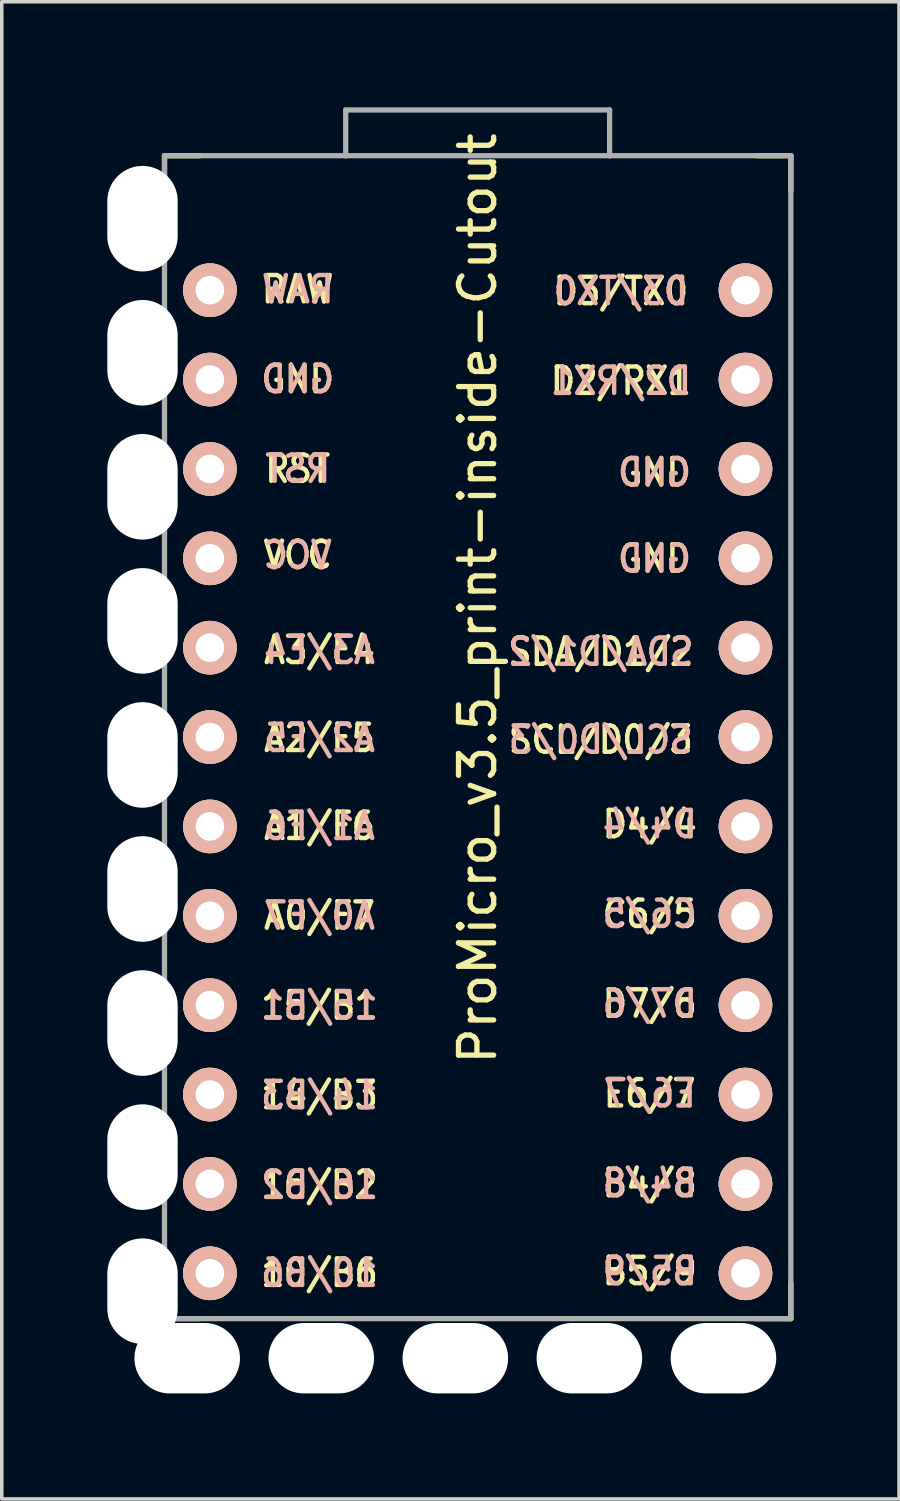
<source format=kicad_pcb>
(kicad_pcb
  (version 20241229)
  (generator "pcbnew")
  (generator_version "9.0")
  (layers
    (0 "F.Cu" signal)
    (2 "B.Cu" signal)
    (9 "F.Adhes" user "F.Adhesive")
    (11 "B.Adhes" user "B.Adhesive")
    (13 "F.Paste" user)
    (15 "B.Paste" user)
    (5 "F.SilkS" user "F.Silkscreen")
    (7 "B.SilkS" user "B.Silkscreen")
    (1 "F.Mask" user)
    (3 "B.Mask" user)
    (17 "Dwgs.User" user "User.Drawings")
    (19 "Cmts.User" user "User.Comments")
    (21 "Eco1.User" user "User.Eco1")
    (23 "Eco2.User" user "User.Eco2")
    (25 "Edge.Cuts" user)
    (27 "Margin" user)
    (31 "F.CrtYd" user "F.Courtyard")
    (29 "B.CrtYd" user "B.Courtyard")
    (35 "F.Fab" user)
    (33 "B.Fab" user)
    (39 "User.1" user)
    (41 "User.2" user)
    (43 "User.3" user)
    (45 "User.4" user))
  (footprint "ProMicro_v3.5_print-inside-Cutout"
    (layer "F.Cu")
    (at 10.525 19.675)
    (property "Reference" "ProMicro_v3.5_print-inside-Cutout" (at 0 -5.715 270) (layer "F.SilkS") (effects (font (size 1 1) (thickness 0.15))))
    (attr through_hole)
    (fp_line (start -8.9 -18.3) (end -8.9 -17.3) (stroke (width 0.15) (type solid)) (layer "F.SilkS"))
    (fp_line (start -8.9 -18.3) (end -7.9 -18.3) (stroke (width 0.15) (type solid)) (layer "F.SilkS"))
    (fp_line (start -8.9 13.7) (end -8.9 14.75) (stroke (width 0.15) (type solid)) (layer "F.SilkS"))
    (fp_line (start -8.9 14.75) (end -7.9 14.75) (stroke (width 0.15) (type solid)) (layer "F.SilkS"))
    (fp_line (start 8.9 -18.3) (end 7.95 -18.3) (stroke (width 0.15) (type solid)) (layer "F.SilkS"))
    (fp_line (start 8.9 -18.3) (end 8.9 -17.3) (stroke (width 0.15) (type solid)) (layer "F.SilkS"))
    (fp_line (start 8.9 13.75) (end 8.9 14.75) (stroke (width 0.15) (type solid)) (layer "F.SilkS"))
    (fp_line (start 8.9 14.75) (end 7.89 14.75) (stroke (width 0.15) (type solid)) (layer "F.SilkS"))
    (fp_line (start -8.9 -18.3) (end -3.75 -18.3) (stroke (width 0.15) (type solid)) (layer "F.Fab"))
    (fp_line (start -8.9 14.75) (end -8.9 -18.3) (stroke (width 0.15) (type solid)) (layer "F.Fab"))
    (fp_line (start -3.75 -19.6) (end -3.75 -18.299) (stroke (width 0.15) (type solid)) (layer "F.Fab"))
    (fp_line (start -3.75 -19.6) (end 3.75 -19.6) (stroke (width 0.15) (type solid)) (layer "F.Fab"))
    (fp_line (start -3.75 -18.3) (end 3.75 -18.3) (stroke (width 0.15) (type solid)) (layer "F.Fab"))
    (fp_line (start 3.75 -19.6) (end 3.75 -18.3) (stroke (width 0.15) (type solid)) (layer "F.Fab"))
    (fp_line (start 3.76 -18.3) (end 8.9 -18.3) (stroke (width 0.15) (type solid)) (layer "F.Fab"))
    (fp_line (start 8.9 -18.3) (end 8.9 14.75) (stroke (width 0.15) (type solid)) (layer "F.Fab"))
    (fp_line (start 8.9 14.75) (end -8.9 14.75) (stroke (width 0.15) (type solid)) (layer "F.Fab"))
    (fp_text user "SCL/D0/3" (at 3.5 -1.7 0) (unlocked yes) (layer "F.SilkS") (effects (font (size 0.75 0.67) (thickness 0.125))))
    (fp_text user "A1/F6" (at -4.495 0.75 0) (unlocked yes) (layer "F.SilkS") (effects (font (size 0.75 0.67) (thickness 0.125))))
    (fp_text user "GND" (at 5.025 -6.85 0) (unlocked yes) (layer "F.SilkS") (effects (font (size 0.75 0.67) (thickness 0.125))))
    (fp_text user "A2/F5" (at -4.495 -1.75 0) (unlocked yes) (layer "F.SilkS") (effects (font (size 0.75 0.67) (thickness 0.125))))
    (fp_text user "RAW" (at -5.115 -14.5 0) (unlocked yes) (layer "F.SilkS") (effects (font (size 0.75 0.67) (thickness 0.125))))
    (fp_text user "C6/5" (at 4.89 3.25 0) (unlocked yes) (layer "F.SilkS") (effects (font (size 0.75 0.67) (thickness 0.125))))
    (fp_text user "B5/9" (at 4.89 13.4 0) (unlocked yes) (layer "F.SilkS") (effects (font (size 0.75 0.67) (thickness 0.125))))
    (fp_text user "GND" (at 5.025 -9.3 0) (unlocked yes) (layer "F.SilkS") (effects (font (size 0.75 0.67) (thickness 0.125))))
    (fp_text user "A3/F4" (at -4.495 -4.25 0) (unlocked yes) (layer "F.SilkS") (effects (font (size 0.75 0.67) (thickness 0.125))))
    (fp_text user "D2/RX1" (at 4.07 -11.9 0) (unlocked yes) (layer "F.SilkS") (effects (font (size 0.75 0.67) (thickness 0.125))))
    (fp_text user "15/B1" (at -4.495 5.85 0) (unlocked yes) (layer "F.SilkS") (effects (font (size 0.75 0.67) (thickness 0.125))))
    (fp_text user "E6/7" (at 4.89 8.35 0) (unlocked yes) (layer "F.SilkS") (effects (font (size 0.75 0.67) (thickness 0.125))))
    (fp_text user "10/B6" (at -4.495 13.45 0) (unlocked yes) (layer "F.SilkS") (effects (font (size 0.75 0.67) (thickness 0.125))))
    (fp_text user "SDA/D1/2" (at 3.5 -4.2 0) (unlocked yes) (layer "F.SilkS") (effects (font (size 0.75 0.67) (thickness 0.125))))
    (fp_text user "VCC" (at -5.115 -6.95 0) (unlocked yes) (layer "F.SilkS") (effects (font (size 0.75 0.67) (thickness 0.125))))
    (fp_text user "GND" (at -5.115 -11.95 0) (unlocked yes) (layer "F.SilkS") (effects (font (size 0.75 0.67) (thickness 0.125))))
    (fp_text user "A0/F7" (at -4.495 3.3 0) (unlocked yes) (layer "F.SilkS") (effects (font (size 0.75 0.67) (thickness 0.125))))
    (fp_text user "RST" (at -5.115 -9.4 0) (unlocked yes) (layer "F.SilkS") (effects (font (size 0.75 0.67) (thickness 0.125))))
    (fp_text user "D3/TX0" (at 4.07 -14.45 0) (unlocked yes) (layer "F.SilkS") (effects (font (size 0.75 0.67) (thickness 0.125))))
    (fp_text user "D4/4" (at 4.89 0.7 0) (unlocked yes) (layer "F.SilkS") (effects (font (size 0.75 0.67) (thickness 0.125))))
    (fp_text user "14/B3" (at -4.495 8.4 0) (unlocked yes) (layer "F.SilkS") (effects (font (size 0.75 0.67) (thickness 0.125))))
    (fp_text user "B4/8" (at 4.89 10.9 0) (unlocked yes) (layer "F.SilkS") (effects (font (size 0.75 0.67) (thickness 0.125))))
    (fp_text user "16/B2" (at -4.495 10.95 0) (unlocked yes) (layer "F.SilkS") (effects (font (size 0.75 0.67) (thickness 0.125))))
    (fp_text user "D7/6" (at 4.89 5.8 0) (unlocked yes) (layer "F.SilkS") (effects (font (size 0.75 0.67) (thickness 0.125))))
    (fp_text user "B5/9" (at 4.89 13.4 0) (unlocked yes) (layer "B.SilkS") (effects (font (size 0.75 0.67) (thickness 0.125)) (justify mirror)))
    (fp_text user "A0/F7" (at -4.495 3.3 0) (unlocked yes) (layer "B.SilkS") (effects (font (size 0.75 0.67) (thickness 0.125)) (justify mirror)))
    (fp_text user "D2/RX1" (at 4.07 -11.9 0) (unlocked yes) (layer "B.SilkS") (effects (font (size 0.75 0.67) (thickness 0.125)) (justify mirror)))
    (fp_text user "16/B2" (at -4.495 10.95 0) (unlocked yes) (layer "B.SilkS") (effects (font (size 0.75 0.67) (thickness 0.125)) (justify mirror)))
    (fp_text user "B4/8" (at 4.89 10.9 0) (unlocked yes) (layer "B.SilkS") (effects (font (size 0.75 0.67) (thickness 0.125)) (justify mirror)))
    (fp_text user "D4/4" (at 4.89 0.7 0) (unlocked yes) (layer "B.SilkS") (effects (font (size 0.75 0.67) (thickness 0.125)) (justify mirror)))
    (fp_text user "RST" (at -5.115 -9.4 0) (unlocked yes) (layer "B.SilkS") (effects (font (size 0.75 0.67) (thickness 0.125)) (justify mirror)))
    (fp_text user "A2/F5" (at -4.495 -1.75 0) (unlocked yes) (layer "B.SilkS") (effects (font (size 0.75 0.67) (thickness 0.125)) (justify mirror)))
    (fp_text user "SDA/D1/2" (at 3.5 -4.2 0) (unlocked yes) (layer "B.SilkS") (effects (font (size 0.75 0.67) (thickness 0.125)) (justify mirror)))
    (fp_text user "10/B6" (at -4.495 13.45 0) (unlocked yes) (layer "B.SilkS") (effects (font (size 0.75 0.67) (thickness 0.125)) (justify mirror)))
    (fp_text user "D3/TX0" (at 4.07 -14.45 0) (unlocked yes) (layer "B.SilkS") (effects (font (size 0.75 0.67) (thickness 0.125)) (justify mirror)))
    (fp_text user "SCL/D0/3" (at 3.5 -1.7 0) (unlocked yes) (layer "B.SilkS") (effects (font (size 0.75 0.67) (thickness 0.125)) (justify mirror)))
    (fp_text user "GND" (at 5.025 -9.3 0) (unlocked yes) (layer "B.SilkS") (effects (font (size 0.75 0.67) (thickness 0.125)) (justify mirror)))
    (fp_text user "A1/F6" (at -4.495 0.75 0) (unlocked yes) (layer "B.SilkS") (effects (font (size 0.75 0.67) (thickness 0.125)) (justify mirror)))
    (fp_text user "E6/7" (at 4.89 8.35 0) (unlocked yes) (layer "B.SilkS") (effects (font (size 0.75 0.67) (thickness 0.125)) (justify mirror)))
    (fp_text user "14/B3" (at -4.495 8.4 0) (unlocked yes) (layer "B.SilkS") (effects (font (size 0.75 0.67) (thickness 0.125)) (justify mirror)))
    (fp_text user "GND" (at 5.025 -6.85 0) (unlocked yes) (layer "B.SilkS") (effects (font (size 0.75 0.67) (thickness 0.125)) (justify mirror)))
    (fp_text user "VCC" (at -5.115 -6.95 0) (unlocked yes) (layer "B.SilkS") (effects (font (size 0.75 0.67) (thickness 0.125)) (justify mirror)))
    (fp_text user "RAW" (at -5.115 -14.5 0) (unlocked yes) (layer "B.SilkS") (effects (font (size 0.75 0.67) (thickness 0.125)) (justify mirror)))
    (fp_text user "15/B1" (at -4.495 5.85 0) (unlocked yes) (layer "B.SilkS") (effects (font (size 0.75 0.67) (thickness 0.125)) (justify mirror)))
    (fp_text user "C6/5" (at 4.89 3.25 0) (unlocked yes) (layer "B.SilkS") (effects (font (size 0.75 0.67) (thickness 0.125)) (justify mirror)))
    (fp_text user "D7/6" (at 4.89 5.8 0) (unlocked yes) (layer "B.SilkS") (effects (font (size 0.75 0.67) (thickness 0.125)) (justify mirror)))
    (fp_text user "GND" (at -5.115 -11.95 0) (unlocked yes) (layer "B.SilkS") (effects (font (size 0.75 0.67) (thickness 0.125)) (justify mirror)))
    (fp_text user "A3/F4" (at -4.495 -4.25 0) (unlocked yes) (layer "B.SilkS") (effects (font (size 0.75 0.67) (thickness 0.125)) (justify mirror)))
    (pad "" np_thru_hole oval (at -9.525 -16.51) (size 2 3) (drill oval 2 3) (layers "*.Cu" "*.Mask"))
    (pad "" np_thru_hole oval (at -9.525 -12.7) (size 2 3) (drill oval 2 3) (layers "*.Cu" "*.Mask"))
    (pad "" np_thru_hole oval (at -9.525 -8.89) (size 2 3) (drill oval 2 3) (layers "*.Cu" "*.Mask"))
    (pad "" np_thru_hole oval (at -9.525 -5.08) (size 2 3) (drill oval 2 3) (layers "*.Cu" "*.Mask"))
    (pad "" np_thru_hole oval (at -9.525 -1.27) (size 2 3) (drill oval 2 3) (layers "*.Cu" "*.Mask"))
    (pad "" np_thru_hole oval (at -9.525 2.54) (size 2 3) (drill oval 2 3) (layers "*.Cu" "*.Mask"))
    (pad "" np_thru_hole oval (at -9.525 6.35) (size 2 3) (drill oval 2 3) (layers "*.Cu" "*.Mask"))
    (pad "" np_thru_hole oval (at -9.525 10.16) (size 2 3) (drill oval 2 3) (layers "*.Cu" "*.Mask"))
    (pad "" np_thru_hole oval (at -9.525 13.97) (size 2 3) (drill oval 2 3) (layers "*.Cu" "*.Mask"))
    (pad "" np_thru_hole oval (at -8.255 15.875) (size 3 2) (drill oval 3 2) (layers "*.Cu" "*.Mask"))
    (pad "" np_thru_hole oval (at -4.445 15.875) (size 3 2) (drill oval 3 2) (layers "*.Cu" "*.Mask"))
    (pad "" np_thru_hole oval (at -0.635 15.875) (size 3 2) (drill oval 3 2) (layers "*.Cu" "*.Mask"))
    (pad "" np_thru_hole oval (at 3.175 15.875) (size 3 2) (drill oval 3 2) (layers "*.Cu" "*.Mask"))
    (pad "" np_thru_hole oval (at 6.985 15.875) (size 3 2) (drill oval 3 2) (layers "*.Cu" "*.Mask"))
    (pad "1" thru_hole circle (at 7.611 -14.478) (size 1.524 1.524) (drill 0.813) (layers "*.Cu" "*.SilkS" "*.Mask"))
    (pad "2" thru_hole circle (at 7.611 -11.938) (size 1.524 1.524) (drill 0.813) (layers "*.Cu" "*.SilkS" "*.Mask"))
    (pad "3" thru_hole circle (at 7.611 -9.398) (size 1.524 1.524) (drill 0.813) (layers "*.Cu" "*.SilkS" "*.Mask"))
    (pad "4" thru_hole circle (at 7.611 -6.858) (size 1.524 1.524) (drill 0.813) (layers "*.Cu" "*.SilkS" "*.Mask"))
    (pad "5" thru_hole circle (at 7.611 -4.318) (size 1.524 1.524) (drill 0.813) (layers "*.Cu" "*.SilkS" "*.Mask"))
    (pad "6" thru_hole circle (at 7.611 -1.778) (size 1.524 1.524) (drill 0.813) (layers "*.Cu" "*.SilkS" "*.Mask"))
    (pad "7" thru_hole circle (at 7.611 0.762) (size 1.524 1.524) (drill 0.813) (layers "*.Cu" "*.SilkS" "*.Mask"))
    (pad "8" thru_hole circle (at 7.611 3.302) (size 1.524 1.524) (drill 0.813) (layers "*.Cu" "*.SilkS" "*.Mask"))
    (pad "9" thru_hole circle (at 7.611 5.842) (size 1.524 1.524) (drill 0.813) (layers "*.Cu" "*.SilkS" "*.Mask"))
    (pad "10" thru_hole circle (at 7.611 8.382) (size 1.524 1.524) (drill 0.813) (layers "*.Cu" "*.SilkS" "*.Mask"))
    (pad "11" thru_hole circle (at 7.611 10.922) (size 1.524 1.524) (drill 0.813) (layers "*.Cu" "*.SilkS" "*.Mask"))
    (pad "12" thru_hole circle (at 7.611 13.462) (size 1.524 1.524) (drill 0.813) (layers "*.Cu" "*.SilkS" "*.Mask"))
    (pad "13" thru_hole circle (at -7.609 13.462) (size 1.524 1.524) (drill 0.813) (layers "*.Cu" "*.SilkS" "*.Mask"))
    (pad "14" thru_hole circle (at -7.609 10.922) (size 1.524 1.524) (drill 0.813) (layers "*.Cu" "*.SilkS" "*.Mask"))
    (pad "15" thru_hole circle (at -7.609 8.382) (size 1.524 1.524) (drill 0.813) (layers "*.Cu" "*.SilkS" "*.Mask"))
    (pad "16" thru_hole circle (at -7.609 5.842) (size 1.524 1.524) (drill 0.813) (layers "*.Cu" "*.SilkS" "*.Mask"))
    (pad "17" thru_hole circle (at -7.609 3.302) (size 1.524 1.524) (drill 0.813) (layers "*.Cu" "*.SilkS" "*.Mask"))
    (pad "18" thru_hole circle (at -7.609 0.762) (size 1.524 1.524) (drill 0.813) (layers "*.Cu" "*.SilkS" "*.Mask"))
    (pad "19" thru_hole circle (at -7.609 -1.778) (size 1.524 1.524) (drill 0.813) (layers "*.Cu" "*.SilkS" "*.Mask"))
    (pad "20" thru_hole circle (at -7.609 -4.318) (size 1.524 1.524) (drill 0.813) (layers "*.Cu" "*.SilkS" "*.Mask"))
    (pad "21" thru_hole circle (at -7.609 -6.858) (size 1.524 1.524) (drill 0.813) (layers "*.Cu" "*.SilkS" "*.Mask"))
    (pad "22" thru_hole circle (at -7.609 -9.398) (size 1.524 1.524) (drill 0.813) (layers "*.Cu" "*.SilkS" "*.Mask"))
    (pad "23" thru_hole circle (at -7.609 -11.938) (size 1.524 1.524) (drill 0.813) (layers "*.Cu" "*.SilkS" "*.Mask"))
    (pad "24" thru_hole circle (at -7.609 -14.478) (size 1.524 1.524) (drill 0.813) (layers "*.Cu" "*.SilkS" "*.Mask")))
  (gr_rect
    (start -3 -3)
    (end 22.5 39.55)
    (stroke (width 0.1) (type default))
    (fill no)
    (layer "Edge.Cuts")))
</source>
